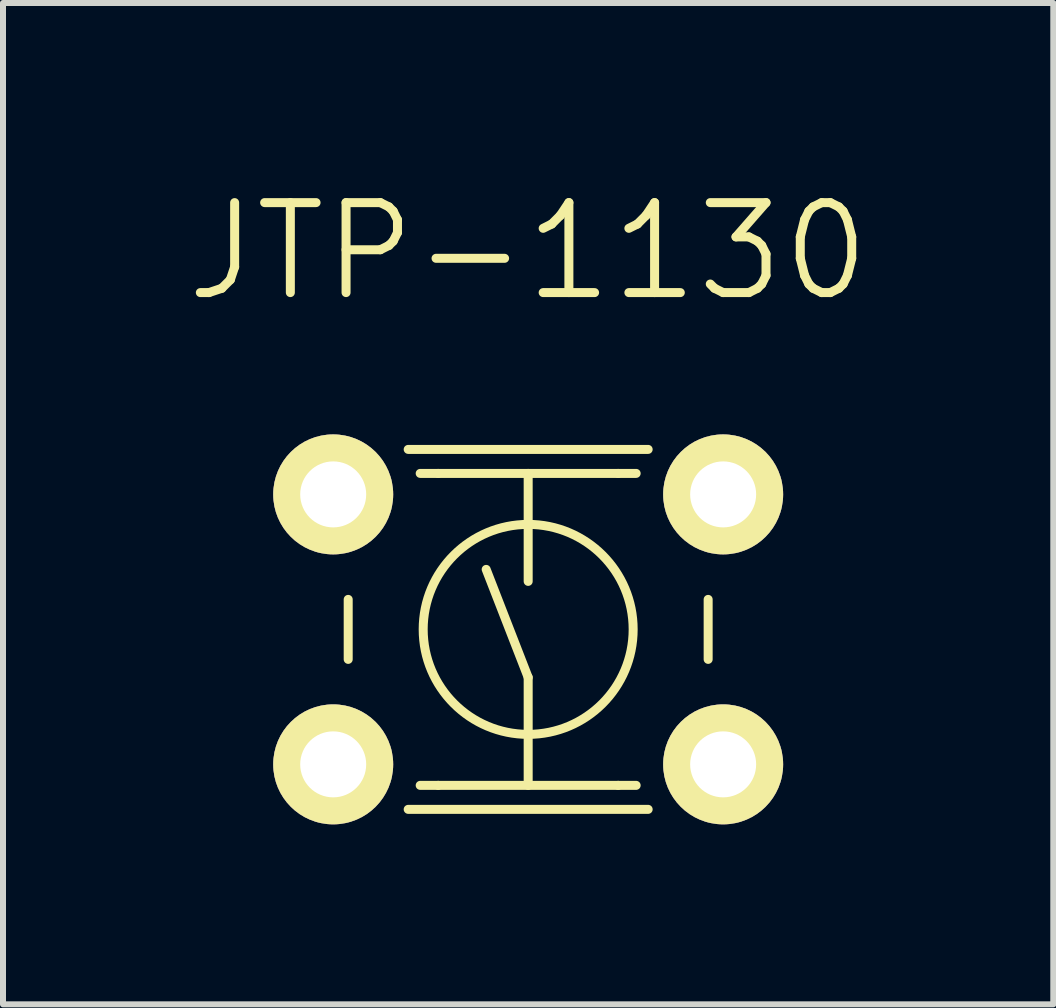
<source format=kicad_pcb>
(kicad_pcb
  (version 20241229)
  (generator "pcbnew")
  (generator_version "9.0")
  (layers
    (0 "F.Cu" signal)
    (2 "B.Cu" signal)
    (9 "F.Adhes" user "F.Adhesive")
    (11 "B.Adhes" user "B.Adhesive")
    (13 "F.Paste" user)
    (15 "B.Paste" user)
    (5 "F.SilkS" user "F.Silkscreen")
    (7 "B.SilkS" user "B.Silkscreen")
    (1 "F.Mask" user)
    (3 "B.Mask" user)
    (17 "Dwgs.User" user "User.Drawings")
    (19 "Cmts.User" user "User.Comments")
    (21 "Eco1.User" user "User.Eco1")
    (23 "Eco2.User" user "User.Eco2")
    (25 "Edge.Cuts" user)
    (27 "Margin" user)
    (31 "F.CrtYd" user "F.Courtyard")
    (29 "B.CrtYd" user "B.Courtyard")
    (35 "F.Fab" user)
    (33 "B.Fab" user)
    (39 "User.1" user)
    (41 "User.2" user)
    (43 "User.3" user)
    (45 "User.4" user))
  (footprint "JTP-1130"
    (layer "F.Cu")
    (at 5.754 7.441)
    (property "Reference" "JTP-1130" (at 0 -6.3 0) (layer "F.SilkS") (effects (font (size 1.5 1.5) (thickness 0.15))))
    (attr through_hole)
    (fp_line (start -3 -0.5) (end -3 0.5) (stroke (width 0.15) (type solid)) (layer "F.SilkS"))
    (fp_line (start -2 -3) (end 2 -3) (stroke (width 0.15) (type solid)) (layer "F.SilkS"))
    (fp_line (start -2 3) (end 2 3) (stroke (width 0.15) (type solid)) (layer "F.SilkS"))
    (fp_line (start -1.5 -2.6) (end -1.8 -2.6) (stroke (width 0.15) (type solid)) (layer "F.SilkS"))
    (fp_line (start -1.5 -2.6) (end 1.5 -2.6) (stroke (width 0.15) (type solid)) (layer "F.SilkS"))
    (fp_line (start -1.5 2.6) (end -1.8 2.6) (stroke (width 0.15) (type solid)) (layer "F.SilkS"))
    (fp_line (start 0 -2.6) (end 0 -0.8) (stroke (width 0.15) (type solid)) (layer "F.SilkS"))
    (fp_line (start 0 0.8) (end -0.7 -1) (stroke (width 0.15) (type solid)) (layer "F.SilkS"))
    (fp_line (start 0 2.6) (end 0 0.8) (stroke (width 0.15) (type solid)) (layer "F.SilkS"))
    (fp_line (start 1.5 -2.6) (end 1.8 -2.6) (stroke (width 0.15) (type solid)) (layer "F.SilkS"))
    (fp_line (start 1.5 2.6) (end -1.5 2.6) (stroke (width 0.15) (type solid)) (layer "F.SilkS"))
    (fp_line (start 1.5 2.6) (end 1.8 2.6) (stroke (width 0.15) (type solid)) (layer "F.SilkS"))
    (fp_line (start 3 -0.5) (end 3 0.5) (stroke (width 0.15) (type solid)) (layer "F.SilkS"))
    (fp_circle (center 0 0) (end 1.75 0) (stroke (width 0.15) (type solid)) (fill no) (layer "F.SilkS"))
    (pad "1" thru_hole circle (at -3.25 2.25) (size 2 2) (drill 1.1) (layers "*.Cu" "*.Mask" "F.SilkS"))
    (pad "1" thru_hole circle (at 3.25 2.25) (size 2 2) (drill 1.1) (layers "*.Cu" "*.Mask" "F.SilkS"))
    (pad "2" thru_hole circle (at -3.25 -2.25) (size 2 2) (drill 1.1) (layers "*.Cu" "*.Mask" "F.SilkS"))
    (pad "2" thru_hole circle (at 3.25 -2.25) (size 2 2) (drill 1.1) (layers "*.Cu" "*.Mask" "F.SilkS")))
  (gr_rect
    (start -3 -3)
    (end 14.507 13.691)
    (stroke (width 0.1) (type default))
    (fill no)
    (layer "Edge.Cuts")))
</source>
